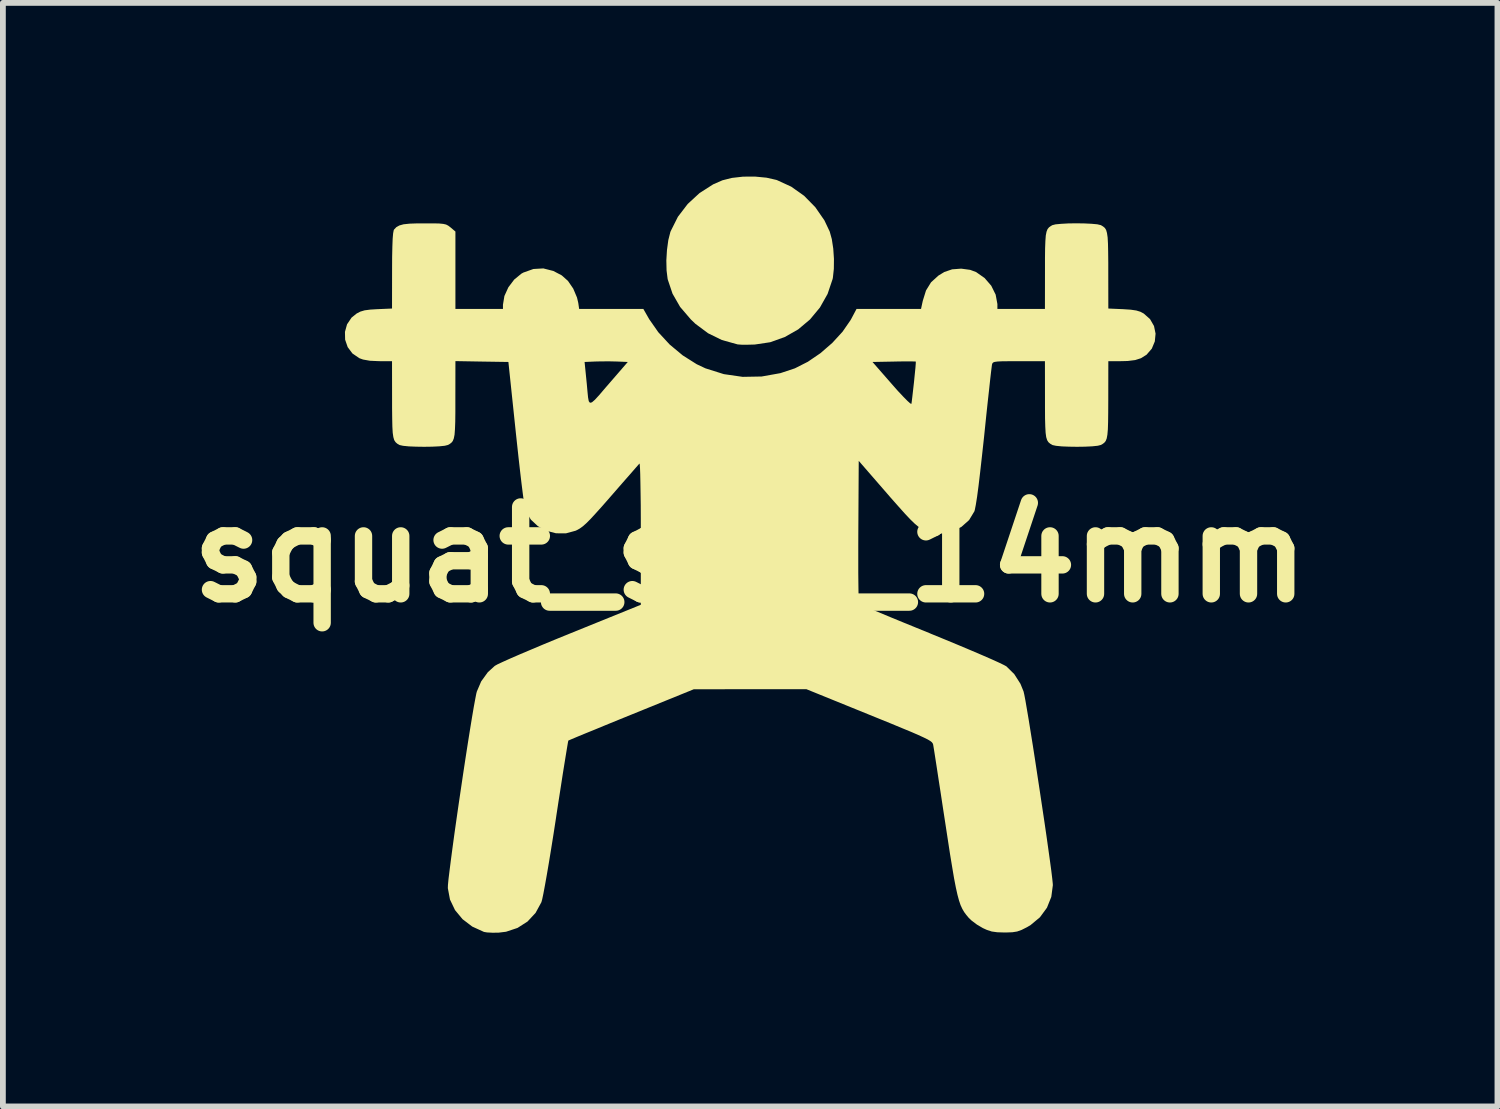
<source format=kicad_pcb>
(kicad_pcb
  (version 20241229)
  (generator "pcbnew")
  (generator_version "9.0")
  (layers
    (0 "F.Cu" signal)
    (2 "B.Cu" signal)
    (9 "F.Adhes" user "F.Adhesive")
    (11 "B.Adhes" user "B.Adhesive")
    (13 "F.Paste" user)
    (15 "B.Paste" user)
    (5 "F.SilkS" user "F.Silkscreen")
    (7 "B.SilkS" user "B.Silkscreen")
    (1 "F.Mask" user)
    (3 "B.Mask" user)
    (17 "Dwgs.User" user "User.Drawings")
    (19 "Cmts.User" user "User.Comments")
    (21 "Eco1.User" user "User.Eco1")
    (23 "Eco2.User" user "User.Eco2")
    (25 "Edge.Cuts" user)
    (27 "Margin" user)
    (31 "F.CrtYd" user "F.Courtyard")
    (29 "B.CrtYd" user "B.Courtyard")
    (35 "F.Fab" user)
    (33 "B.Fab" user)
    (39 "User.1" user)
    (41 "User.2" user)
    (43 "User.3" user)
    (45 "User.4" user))
  (footprint "squat_silk_14mm"
    (layer "F.Cu")
    (at 9.907 6.528)
    (property "Reference" "squat_silk_14mm" (at 0 0 0) (layer "F.SilkS") (effects (font (size 1.5 1.5) (thickness 0.3))))
    (attr board_only exclude_from_pos_files exclude_from_bom)
    (fp_poly (pts (xy 0.283 -6.509) (xy 0.455 -6.47) (xy 0.465 -6.466) (xy 0.709 -6.354) (xy 0.932 -6.196) (xy 1.125 -5.999) (xy 1.282 -5.772) (xy 1.374 -5.578) (xy 1.41 -5.448) (xy 1.435 -5.284) (xy 1.447 -5.106) (xy 1.445 -4.933) (xy 1.429 -4.785) (xy 1.424 -4.759) (xy 1.337 -4.501) (xy 1.205 -4.267) (xy 1.034 -4.061) (xy 0.83 -3.889) (xy 0.598 -3.757) (xy 0.346 -3.667) (xy 0.078 -3.627) (xy 0.069 -3.627) (xy -0.044 -3.624) (xy -0.144 -3.624) (xy -0.212 -3.629) (xy -0.219 -3.63) (xy -0.488 -3.705) (xy -0.727 -3.822) (xy -0.947 -3.986) (xy -1.026 -4.062) (xy -1.21 -4.277) (xy -1.341 -4.505) (xy -1.423 -4.749) (xy -1.426 -4.762) (xy -1.444 -4.907) (xy -1.448 -5.08) (xy -1.437 -5.261) (xy -1.414 -5.431) (xy -1.379 -5.569) (xy -1.372 -5.587) (xy -1.248 -5.834) (xy -1.079 -6.055) (xy -0.874 -6.244) (xy -0.639 -6.394) (xy -0.479 -6.464) (xy -0.316 -6.505) (xy -0.122 -6.527) (xy 0.085 -6.528)) (stroke (width 0) (type solid)) (fill yes) (layer "F.SilkS"))
    (fp_poly (pts (xy 5.77 -5.719) (xy 5.895 -5.713) (xy 5.995 -5.704) (xy 6.054 -5.69) (xy 6.058 -5.689) (xy 6.096 -5.666) (xy 6.126 -5.641) (xy 6.148 -5.606) (xy 6.163 -5.553) (xy 6.174 -5.478) (xy 6.18 -5.371) (xy 6.183 -5.228) (xy 6.185 -5.041) (xy 6.185 -4.909) (xy 6.186 -4.249) (xy 6.44 -4.238) (xy 6.574 -4.229) (xy 6.67 -4.215) (xy 6.741 -4.193) (xy 6.797 -4.163) (xy 6.906 -4.067) (xy 6.975 -3.947) (xy 7.002 -3.815) (xy 6.989 -3.681) (xy 6.937 -3.556) (xy 6.846 -3.451) (xy 6.75 -3.391) (xy 6.65 -3.359) (xy 6.521 -3.343) (xy 6.412 -3.34) (xy 6.186 -3.339) (xy 6.185 -2.675) (xy 6.184 -2.459) (xy 6.182 -2.29) (xy 6.178 -2.163) (xy 6.17 -2.07) (xy 6.158 -2.005) (xy 6.14 -1.96) (xy 6.115 -1.93) (xy 6.082 -1.906) (xy 6.058 -1.893) (xy 6.003 -1.879) (xy 5.907 -1.869) (xy 5.783 -1.863) (xy 5.646 -1.861) (xy 5.507 -1.863) (xy 5.382 -1.868) (xy 5.282 -1.878) (xy 5.222 -1.891) (xy 5.219 -1.893) (xy 5.181 -1.915) (xy 5.151 -1.941) (xy 5.129 -1.976) (xy 5.113 -2.028) (xy 5.103 -2.103) (xy 5.097 -2.209) (xy 5.093 -2.352) (xy 5.092 -2.539) (xy 5.092 -2.675) (xy 5.091 -3.339) (xy 4.64 -3.339) (xy 4.473 -3.339) (xy 4.354 -3.338) (xy 4.273 -3.334) (xy 4.222 -3.327) (xy 4.195 -3.316) (xy 4.182 -3.299) (xy 4.176 -3.278) (xy 4.171 -3.238) (xy 4.16 -3.15) (xy 4.145 -3.019) (xy 4.127 -2.852) (xy 4.105 -2.654) (xy 4.081 -2.431) (xy 4.056 -2.189) (xy 4.04 -2.034) (xy 4.004 -1.705) (xy 3.972 -1.421) (xy 3.944 -1.184) (xy 3.919 -0.996) (xy 3.897 -0.858) (xy 3.88 -0.772) (xy 3.873 -0.747) (xy 3.781 -0.595) (xy 3.649 -0.478) (xy 3.484 -0.398) (xy 3.308 -0.363) (xy 3.203 -0.359) (xy 3.119 -0.372) (xy 3.025 -0.41) (xy 3.001 -0.421) (xy 2.95 -0.449) (xy 2.898 -0.486) (xy 2.839 -0.536) (xy 2.767 -0.606) (xy 2.678 -0.7) (xy 2.567 -0.824) (xy 2.427 -0.982) (xy 2.363 -1.056) (xy 1.875 -1.618) (xy 1.868 -0.393) (xy 1.867 -0.139) (xy 1.867 0.098) (xy 1.867 0.312) (xy 1.869 0.499) (xy 1.871 0.651) (xy 1.875 0.765) (xy 1.878 0.833) (xy 1.881 0.852) (xy 1.91 0.866) (xy 1.985 0.899) (xy 2.1 0.947) (xy 2.251 1.01) (xy 2.433 1.086) (xy 2.64 1.171) (xy 2.868 1.264) (xy 3.111 1.363) (xy 3.116 1.366) (xy 3.363 1.467) (xy 3.597 1.564) (xy 3.813 1.655) (xy 4.005 1.737) (xy 4.168 1.808) (xy 4.296 1.866) (xy 4.383 1.908) (xy 4.425 1.931) (xy 4.561 2.065) (xy 4.668 2.232) (xy 4.722 2.365) (xy 4.735 2.422) (xy 4.755 2.527) (xy 4.78 2.674) (xy 4.811 2.856) (xy 4.845 3.068) (xy 4.883 3.304) (xy 4.922 3.556) (xy 4.962 3.82) (xy 5.003 4.089) (xy 5.043 4.356) (xy 5.082 4.616) (xy 5.118 4.863) (xy 5.15 5.09) (xy 5.178 5.291) (xy 5.201 5.461) (xy 5.217 5.593) (xy 5.226 5.68) (xy 5.228 5.71) (xy 5.201 5.913) (xy 5.126 6.1) (xy 5.005 6.265) (xy 4.844 6.399) (xy 4.784 6.435) (xy 4.689 6.483) (xy 4.611 6.511) (xy 4.528 6.524) (xy 4.416 6.528) (xy 4.393 6.528) (xy 4.267 6.524) (xy 4.173 6.511) (xy 4.087 6.483) (xy 4.019 6.452) (xy 3.917 6.392) (xy 3.823 6.321) (xy 3.775 6.275) (xy 3.733 6.225) (xy 3.696 6.175) (xy 3.664 6.12) (xy 3.634 6.055) (xy 3.607 5.975) (xy 3.58 5.875) (xy 3.552 5.749) (xy 3.522 5.594) (xy 3.49 5.404) (xy 3.452 5.174) (xy 3.41 4.9) (xy 3.368 4.626) (xy 3.328 4.366) (xy 3.291 4.121) (xy 3.256 3.896) (xy 3.226 3.698) (xy 3.2 3.531) (xy 3.18 3.402) (xy 3.166 3.316) (xy 3.16 3.281) (xy 3.153 3.262) (xy 3.138 3.242) (xy 3.11 3.22) (xy 3.065 3.193) (xy 2.998 3.16) (xy 2.904 3.117) (xy 2.78 3.063) (xy 2.62 2.997) (xy 2.42 2.914) (xy 2.176 2.815) (xy 2.058 2.767) (xy 0.972 2.326) (xy -0.001 2.326) (xy -0.974 2.327) (xy -2.052 2.765) (xy -2.281 2.858) (xy -2.494 2.945) (xy -2.685 3.024) (xy -2.85 3.091) (xy -2.983 3.146) (xy -3.078 3.186) (xy -3.132 3.209) (xy -3.141 3.214) (xy -3.147 3.242) (xy -3.16 3.319) (xy -3.18 3.44) (xy -3.206 3.6) (xy -3.237 3.792) (xy -3.271 4.013) (xy -3.309 4.256) (xy -3.349 4.517) (xy -3.354 4.552) (xy -3.396 4.824) (xy -3.437 5.081) (xy -3.476 5.319) (xy -3.512 5.53) (xy -3.544 5.71) (xy -3.571 5.854) (xy -3.592 5.954) (xy -3.606 6.005) (xy -3.707 6.19) (xy -3.846 6.339) (xy -4.018 6.449) (xy -4.216 6.515) (xy -4.346 6.531) (xy -4.452 6.532) (xy -4.545 6.527) (xy -4.598 6.518) (xy -4.8 6.426) (xy -4.968 6.298) (xy -5.098 6.141) (xy -5.185 5.959) (xy -5.222 5.762) (xy -5.22 5.706) (xy -5.21 5.602) (xy -5.192 5.456) (xy -5.169 5.275) (xy -5.141 5.064) (xy -5.109 4.828) (xy -5.073 4.575) (xy -5.035 4.311) (xy -4.995 4.04) (xy -4.955 3.77) (xy -4.915 3.507) (xy -4.876 3.256) (xy -4.839 3.024) (xy -4.805 2.816) (xy -4.775 2.639) (xy -4.749 2.498) (xy -4.73 2.4) (xy -4.721 2.366) (xy -4.646 2.191) (xy -4.531 2.032) (xy -4.411 1.923) (xy -4.365 1.897) (xy -4.273 1.854) (xy -4.142 1.795) (xy -3.976 1.723) (xy -3.782 1.641) (xy -3.564 1.549) (xy -3.329 1.452) (xy -3.098 1.358) (xy -1.889 0.868) (xy -1.889 -0.365) (xy -1.889 -0.618) (xy -1.89 -0.852) (xy -1.893 -1.062) (xy -1.896 -1.244) (xy -1.899 -1.39) (xy -1.903 -1.497) (xy -1.908 -1.559) (xy -1.912 -1.572) (xy -1.935 -1.546) (xy -1.99 -1.483) (xy -2.07 -1.391) (xy -2.172 -1.275) (xy -2.289 -1.141) (xy -2.403 -1.01) (xy -2.55 -0.842) (xy -2.667 -0.712) (xy -2.759 -0.612) (xy -2.832 -0.539) (xy -2.891 -0.487) (xy -2.942 -0.45) (xy -2.99 -0.423) (xy -3.016 -0.411) (xy -3.182 -0.366) (xy -3.353 -0.367) (xy -3.518 -0.41) (xy -3.667 -0.49) (xy -3.788 -0.603) (xy -3.873 -0.744) (xy -3.886 -0.778) (xy -3.896 -0.825) (xy -3.91 -0.921) (xy -3.928 -1.059) (xy -3.95 -1.234) (xy -3.974 -1.438) (xy -4 -1.667) (xy -4.027 -1.915) (xy -4.047 -2.101) (xy -4.176 -3.326) (xy -2.86 -3.326) (xy -2.822 -2.947) (xy -2.81 -2.813) (xy -2.8 -2.713) (xy -2.788 -2.649) (xy -2.767 -2.621) (xy -2.733 -2.629) (xy -2.681 -2.674) (xy -2.606 -2.756) (xy -2.502 -2.878) (xy -2.397 -2.999) (xy -2.114 -3.326) (xy -2.302 -3.334) (xy -2.437 -3.337) (xy -2.586 -3.336) (xy -2.675 -3.334) (xy -2.86 -3.326) (xy -4.176 -3.326) (xy -4.633 -3.333) (xy -5.091 -3.341) (xy -5.092 -2.676) (xy -5.092 -2.46) (xy -5.094 -2.291) (xy -5.099 -2.163) (xy -5.106 -2.07) (xy -5.119 -2.005) (xy -5.137 -1.96) (xy -5.162 -1.93) (xy -5.195 -1.906) (xy -5.219 -1.893) (xy -5.274 -1.879) (xy -5.37 -1.869) (xy -5.493 -1.863) (xy -5.631 -1.861) (xy -5.77 -1.863) (xy -5.895 -1.868) (xy -5.995 -1.878) (xy -6.054 -1.891) (xy -6.058 -1.893) (xy -6.096 -1.915) (xy -6.125 -1.941) (xy -6.148 -1.976) (xy -6.163 -2.028) (xy -6.174 -2.103) (xy -6.18 -2.209) (xy -6.183 -2.352) (xy -6.185 -2.539) (xy -6.185 -2.675) (xy -6.186 -3.339) (xy -6.412 -3.34) (xy -6.568 -3.347) (xy -6.686 -3.368) (xy -6.75 -3.391) (xy -6.87 -3.473) (xy -6.952 -3.583) (xy -6.996 -3.711) (xy -6.999 -3.846) (xy -6.963 -3.976) (xy -6.885 -4.092) (xy -6.797 -4.163) (xy -6.733 -4.196) (xy -6.659 -4.218) (xy -6.559 -4.231) (xy -6.44 -4.238) (xy -6.186 -4.249) (xy -6.185 -4.909) (xy -6.184 -5.141) (xy -6.18 -5.321) (xy -6.175 -5.455) (xy -6.167 -5.547) (xy -6.157 -5.6) (xy -6.151 -5.613) (xy -6.111 -5.655) (xy -6.059 -5.684) (xy -5.987 -5.704) (xy -5.883 -5.715) (xy -5.741 -5.72) (xy -5.629 -5.72) (xy -5.479 -5.72) (xy -5.374 -5.718) (xy -5.302 -5.711) (xy -5.253 -5.7) (xy -5.216 -5.681) (xy -5.18 -5.654) (xy -5.175 -5.65) (xy -5.091 -5.579) (xy -5.091 -4.911) (xy -5.091 -4.242) (xy -4.68 -4.242) (xy -4.27 -4.242) (xy -4.27 -4.315) (xy -4.245 -4.465) (xy -4.177 -4.615) (xy -4.076 -4.749) (xy -3.952 -4.851) (xy -3.918 -4.87) (xy -3.744 -4.932) (xy -3.573 -4.942) (xy -3.4 -4.898) (xy -3.255 -4.822) (xy -3.147 -4.726) (xy -3.056 -4.593) (xy -2.991 -4.439) (xy -2.969 -4.345) (xy -2.954 -4.242) (xy -2.4 -4.242) (xy -1.845 -4.242) (xy -1.744 -4.065) (xy -1.587 -3.84) (xy -1.39 -3.627) (xy -1.164 -3.439) (xy -0.923 -3.287) (xy -0.772 -3.216) (xy -0.455 -3.116) (xy -0.13 -3.069) (xy 0.198 -3.075) (xy 0.522 -3.133) (xy 0.772 -3.216) (xy 0.989 -3.326) (xy 2.113 -3.326) (xy 2.446 -2.945) (xy 2.55 -2.827) (xy 2.642 -2.729) (xy 2.716 -2.654) (xy 2.765 -2.61) (xy 2.785 -2.602) (xy 2.785 -2.603) (xy 2.791 -2.644) (xy 2.801 -2.727) (xy 2.814 -2.841) (xy 2.829 -2.974) (xy 2.83 -2.983) (xy 2.843 -3.114) (xy 2.854 -3.222) (xy 2.86 -3.299) (xy 2.861 -3.333) (xy 2.86 -3.333) (xy 2.832 -3.335) (xy 2.76 -3.336) (xy 2.653 -3.336) (xy 2.521 -3.334) (xy 2.484 -3.333) (xy 2.113 -3.326) (xy 0.989 -3.326) (xy 0.994 -3.328) (xy 1.214 -3.478) (xy 1.418 -3.655) (xy 1.595 -3.848) (xy 1.732 -4.046) (xy 1.749 -4.076) (xy 1.837 -4.242) (xy 2.394 -4.242) (xy 2.951 -4.242) (xy 2.981 -4.381) (xy 3.037 -4.561) (xy 3.124 -4.702) (xy 3.25 -4.817) (xy 3.353 -4.88) (xy 3.488 -4.926) (xy 3.645 -4.938) (xy 3.8 -4.917) (xy 3.902 -4.879) (xy 4.049 -4.776) (xy 4.164 -4.643) (xy 4.24 -4.489) (xy 4.27 -4.327) (xy 4.27 -4.318) (xy 4.27 -4.242) (xy 4.68 -4.242) (xy 5.091 -4.242) (xy 5.092 -4.906) (xy 5.092 -5.123) (xy 5.094 -5.291) (xy 5.099 -5.419) (xy 5.106 -5.512) (xy 5.119 -5.577) (xy 5.137 -5.622) (xy 5.162 -5.652) (xy 5.195 -5.675) (xy 5.219 -5.689) (xy 5.274 -5.703) (xy 5.37 -5.712) (xy 5.493 -5.719) (xy 5.631 -5.721)) (stroke (width 0) (type solid)) (fill yes) (layer "F.SilkS")))
  (gr_rect
    (start -3 -3)
    (end 22.814 16.06)
    (stroke (width 0.1) (type default))
    (fill no)
    (layer "Edge.Cuts")))
</source>
